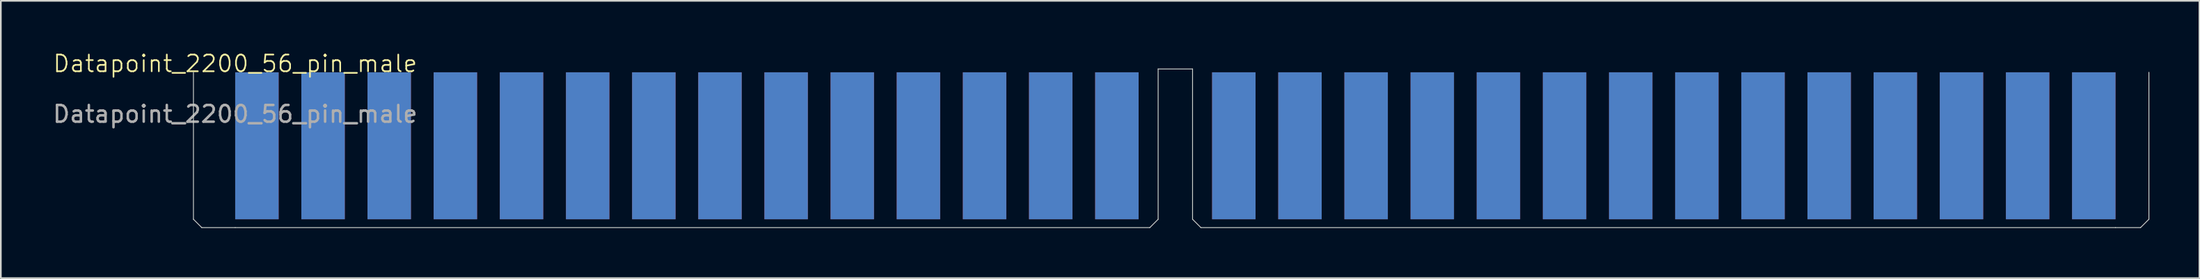
<source format=kicad_pcb>
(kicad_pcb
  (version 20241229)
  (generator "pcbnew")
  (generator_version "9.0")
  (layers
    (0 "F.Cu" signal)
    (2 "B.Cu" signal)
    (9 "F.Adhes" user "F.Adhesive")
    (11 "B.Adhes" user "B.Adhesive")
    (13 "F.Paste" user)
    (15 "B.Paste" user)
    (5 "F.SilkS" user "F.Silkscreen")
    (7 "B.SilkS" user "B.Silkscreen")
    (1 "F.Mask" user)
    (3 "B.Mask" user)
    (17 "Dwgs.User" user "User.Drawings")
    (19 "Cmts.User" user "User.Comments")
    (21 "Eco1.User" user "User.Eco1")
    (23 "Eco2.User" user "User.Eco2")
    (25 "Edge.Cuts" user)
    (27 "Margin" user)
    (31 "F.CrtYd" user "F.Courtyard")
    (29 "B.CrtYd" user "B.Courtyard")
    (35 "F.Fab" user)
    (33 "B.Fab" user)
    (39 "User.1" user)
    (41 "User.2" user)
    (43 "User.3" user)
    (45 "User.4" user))
  (footprint "Datapoint_2200_56_pin_male"
    (layer "F.Cu")
    (at 11.03 1.28)
    (property "Reference" "Datapoint_2200_56_pin_male" (at 0 -0.52 0) (unlocked yes) (layer "F.SilkS") (effects (font (size 1 1) (thickness 0.1))))
    (attr smd)
    (fp_line (start -2.5 8.8) (end -2.5 0) (stroke (width 0.05) (type default)) (layer "Edge.Cuts"))
    (fp_line (start -2 9.3) (end -2.5 8.8) (stroke (width 0.05) (type default)) (layer "Edge.Cuts"))
    (fp_line (start 0 9.3) (end -2 9.3) (stroke (width 0.05) (type default)) (layer "Edge.Cuts"))
    (fp_line (start 54.75 9.3) (end 0 9.3) (stroke (width 0.05) (type default)) (layer "Edge.Cuts"))
    (fp_line (start 55.25 -0.2) (end 57.31 -0.2) (stroke (width 0.05) (type default)) (layer "Edge.Cuts"))
    (fp_line (start 55.25 8.8) (end 54.75 9.3) (stroke (width 0.05) (type default)) (layer "Edge.Cuts"))
    (fp_line (start 55.25 8.8) (end 55.25 -0.2) (stroke (width 0.05) (type default)) (layer "Edge.Cuts"))
    (fp_line (start 57.31 -0.2) (end 57.31 8.8) (stroke (width 0.05) (type default)) (layer "Edge.Cuts"))
    (fp_line (start 57.31 8.8) (end 57.81 9.3) (stroke (width 0.05) (type default)) (layer "Edge.Cuts"))
    (fp_line (start 57.81 9.3) (end 112.56 9.3) (stroke (width 0.05) (type default)) (layer "Edge.Cuts"))
    (fp_line (start 114.06 9.3) (end 112.56 9.3) (stroke (width 0.05) (type default)) (layer "Edge.Cuts"))
    (fp_line (start 114.56 8.8) (end 114.06 9.3) (stroke (width 0.05) (type default)) (layer "Edge.Cuts"))
    (fp_line (start 114.56 8.8) (end 114.56 0) (stroke (width 0.05) (type default)) (layer "Edge.Cuts"))
    (fp_text user "${REFERENCE}" (at 0 2.5 0) (unlocked yes) (layer "F.Fab") (effects (font (size 1 1) (thickness 0.15))))
    (pad "1" smd rect (at 1.3 4.4) (size 2.6 8.8) (layers "F.Cu" "F.Mask"))
    (pad "2" smd rect (at 5.26 4.4) (size 2.6 8.8) (layers "F.Cu" "F.Mask"))
    (pad "3" smd rect (at 9.22 4.4) (size 2.6 8.8) (layers "F.Cu" "F.Mask"))
    (pad "4" smd rect (at 13.18 4.4) (size 2.6 8.8) (layers "F.Cu" "F.Mask"))
    (pad "5" smd rect (at 17.14 4.4) (size 2.6 8.8) (layers "F.Cu" "F.Mask"))
    (pad "6" smd rect (at 21.1 4.4) (size 2.6 8.8) (layers "F.Cu" "F.Mask"))
    (pad "7" smd rect (at 25.06 4.4) (size 2.6 8.8) (layers "F.Cu" "F.Mask"))
    (pad "8" smd rect (at 29.02 4.4) (size 2.6 8.8) (layers "F.Cu" "F.Mask"))
    (pad "9" smd rect (at 32.98 4.4) (size 2.6 8.8) (layers "F.Cu" "F.Mask"))
    (pad "10" smd rect (at 36.94 4.4) (size 2.6 8.8) (layers "F.Cu" "F.Mask"))
    (pad "11" smd rect (at 40.9 4.4) (size 2.6 8.8) (layers "F.Cu" "F.Mask"))
    (pad "12" smd rect (at 44.86 4.4) (size 2.6 8.8) (layers "F.Cu" "F.Mask"))
    (pad "13" smd rect (at 48.82 4.4) (size 2.6 8.8) (layers "F.Cu" "F.Mask"))
    (pad "14" smd rect (at 52.78 4.4) (size 2.6 8.8) (layers "F.Cu" "F.Mask"))
    (pad "15" smd rect (at 59.78 4.4) (size 2.6 8.8) (layers "F.Cu" "F.Mask"))
    (pad "16" smd rect (at 63.74 4.4) (size 2.6 8.8) (layers "F.Cu" "F.Mask"))
    (pad "17" smd rect (at 67.7 4.4) (size 2.6 8.8) (layers "F.Cu" "F.Mask"))
    (pad "18" smd rect (at 71.66 4.4) (size 2.6 8.8) (layers "F.Cu" "F.Mask"))
    (pad "19" smd rect (at 75.62 4.4) (size 2.6 8.8) (layers "F.Cu" "F.Mask"))
    (pad "20" smd rect (at 79.58 4.4) (size 2.6 8.8) (layers "F.Cu" "F.Mask"))
    (pad "21" smd rect (at 83.54 4.4) (size 2.6 8.8) (layers "F.Cu" "F.Mask"))
    (pad "22" smd rect (at 87.5 4.4) (size 2.6 8.8) (layers "F.Cu" "F.Mask"))
    (pad "23" smd rect (at 91.46 4.4) (size 2.6 8.8) (layers "F.Cu" "F.Mask"))
    (pad "24" smd rect (at 95.42 4.4) (size 2.6 8.8) (layers "F.Cu" "F.Mask"))
    (pad "25" smd rect (at 99.38 4.4) (size 2.6 8.8) (layers "F.Cu" "F.Mask"))
    (pad "26" smd rect (at 103.34 4.4) (size 2.6 8.8) (layers "F.Cu" "F.Mask"))
    (pad "27" smd rect (at 107.3 4.4) (size 2.6 8.8) (layers "F.Cu" "F.Mask"))
    (pad "28" smd rect (at 111.26 4.4) (size 2.6 8.8) (layers "F.Cu" "F.Mask"))
    (pad "A" smd rect (at 1.3 4.4) (size 2.6 8.8) (layers "B.Cu" "B.Mask"))
    (pad "B" smd rect (at 5.26 4.4) (size 2.6 8.8) (layers "B.Cu" "B.Mask"))
    (pad "C" smd rect (at 9.22 4.4) (size 2.6 8.8) (layers "B.Cu" "B.Mask"))
    (pad "D" smd rect (at 13.18 4.4) (size 2.6 8.8) (layers "B.Cu" "B.Mask"))
    (pad "E" smd rect (at 17.14 4.4) (size 2.6 8.8) (layers "B.Cu" "B.Mask"))
    (pad "F" smd rect (at 21.1 4.4) (size 2.6 8.8) (layers "B.Cu" "B.Mask"))
    (pad "H" smd rect (at 25.06 4.4) (size 2.6 8.8) (layers "B.Cu" "B.Mask"))
    (pad "J" smd rect (at 29.02 4.4) (size 2.6 8.8) (layers "B.Cu" "B.Mask"))
    (pad "K" smd rect (at 32.98 4.4) (size 2.6 8.8) (layers "B.Cu" "B.Mask"))
    (pad "L" smd rect (at 36.94 4.4) (size 2.6 8.8) (layers "B.Cu" "B.Mask"))
    (pad "M" smd rect (at 40.9 4.4) (size 2.6 8.8) (layers "B.Cu" "B.Mask"))
    (pad "N" smd rect (at 44.86 4.4) (size 2.6 8.8) (layers "B.Cu" "B.Mask"))
    (pad "P" smd rect (at 48.82 4.4) (size 2.6 8.8) (layers "B.Cu" "B.Mask"))
    (pad "R" smd rect (at 52.78 4.4) (size 2.6 8.8) (layers "B.Cu" "B.Mask"))
    (pad "S" smd rect (at 59.78 4.4) (size 2.6 8.8) (layers "B.Cu" "B.Mask"))
    (pad "T" smd rect (at 63.74 4.4) (size 2.6 8.8) (layers "B.Cu" "B.Mask"))
    (pad "U" smd rect (at 67.7 4.4) (size 2.6 8.8) (layers "B.Cu" "B.Mask"))
    (pad "V" smd rect (at 71.66 4.4) (size 2.6 8.8) (layers "B.Cu" "B.Mask"))
    (pad "W" smd rect (at 75.62 4.4) (size 2.6 8.8) (layers "B.Cu" "B.Mask"))
    (pad "X" smd rect (at 79.58 4.4) (size 2.6 8.8) (layers "B.Cu" "B.Mask"))
    (pad "Y" smd rect (at 83.54 4.4) (size 2.6 8.8) (layers "B.Cu" "B.Mask"))
    (pad "Z" smd rect (at 87.5 4.4) (size 2.6 8.8) (layers "B.Cu" "B.Mask"))
    (pad "~{A}" smd rect (at 91.46 4.4) (size 2.6 8.8) (layers "B.Cu" "B.Mask"))
    (pad "~{B}" smd rect (at 95.42 4.4) (size 2.6 8.8) (layers "B.Cu" "B.Mask"))
    (pad "~{C}" smd rect (at 99.38 4.4) (size 2.6 8.8) (layers "B.Cu" "B.Mask"))
    (pad "~{D}" smd rect (at 103.34 4.4) (size 2.6 8.8) (layers "B.Cu" "B.Mask"))
    (pad "~{E}" smd rect (at 107.3 4.4) (size 2.6 8.8) (layers "B.Cu" "B.Mask"))
    (pad "~{F}" smd rect (at 111.26 4.4) (size 2.6 8.8) (layers "B.Cu" "B.Mask")))
  (gr_rect
    (start -3 -3)
    (end 128.615 13.605)
    (stroke (width 0.1) (type default))
    (fill no)
    (layer "Edge.Cuts")))
</source>
